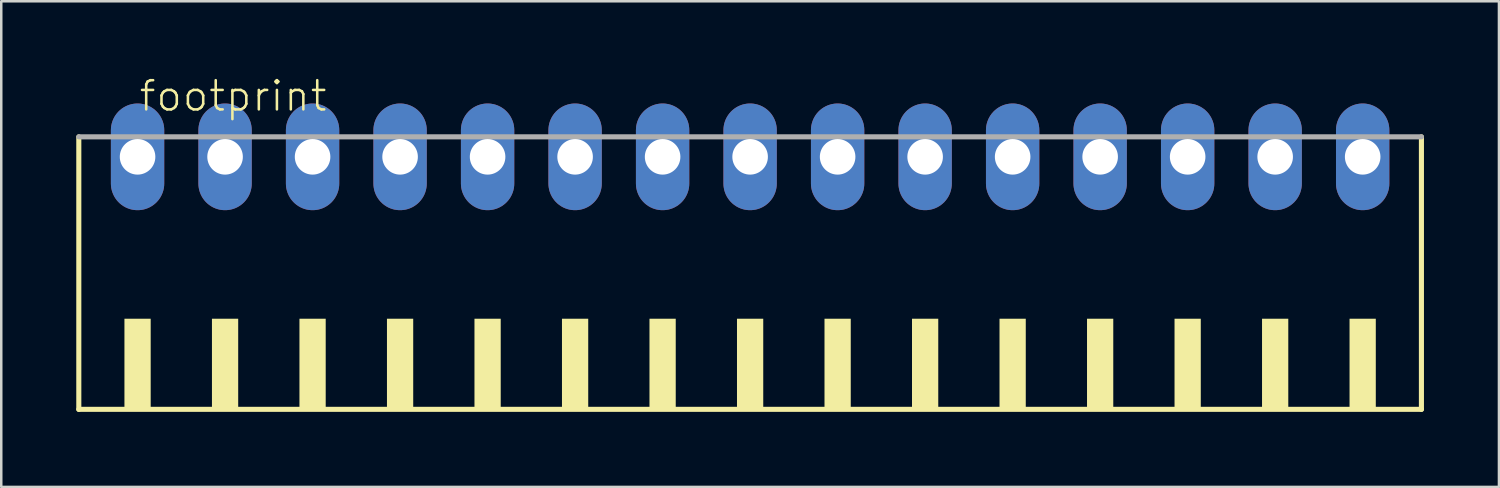
<source format=kicad_pcb>
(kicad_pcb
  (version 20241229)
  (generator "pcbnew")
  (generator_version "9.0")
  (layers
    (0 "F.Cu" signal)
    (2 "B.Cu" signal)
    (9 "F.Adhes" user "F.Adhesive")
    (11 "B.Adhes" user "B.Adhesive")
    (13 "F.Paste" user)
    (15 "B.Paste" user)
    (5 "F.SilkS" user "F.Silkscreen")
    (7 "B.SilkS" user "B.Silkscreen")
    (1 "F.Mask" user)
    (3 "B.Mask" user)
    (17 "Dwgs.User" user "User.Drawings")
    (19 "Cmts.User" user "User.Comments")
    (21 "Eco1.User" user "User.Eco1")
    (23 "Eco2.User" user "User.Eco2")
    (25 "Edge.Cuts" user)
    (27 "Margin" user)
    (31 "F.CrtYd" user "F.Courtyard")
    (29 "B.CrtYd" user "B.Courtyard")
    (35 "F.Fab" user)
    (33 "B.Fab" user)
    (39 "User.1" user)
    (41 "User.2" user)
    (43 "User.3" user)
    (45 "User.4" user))
  (footprint "footprint"
    (layer "F.Cu")
    (at 26.952 8.473)
    (property "Reference" "footprint" (at -24.5 -7 0) (layer "F.SilkS") (effects (font (size 1.168 1.168) (thickness 0.102)) (justify left bottom)))
    (fp_line (start -26.85 -6.05) (end -26.85 4.85) (stroke (width 0.203) (type solid)) (layer "F.SilkS"))
    (fp_line (start -26.85 4.85) (end 26.85 4.85) (stroke (width 0.203) (type solid)) (layer "F.SilkS"))
    (fp_line (start 26.85 4.85) (end 26.85 -6.05) (stroke (width 0.203) (type solid)) (layer "F.SilkS"))
    (fp_poly (pts (xy -25.025 4.9) (xy -23.975 4.9) (xy -23.975 1.225) (xy -25.025 1.225)) (stroke (width 0) (type solid)) (fill yes) (layer "F.SilkS"))
    (fp_poly (pts (xy -21.525 4.9) (xy -20.475 4.9) (xy -20.475 1.225) (xy -21.525 1.225)) (stroke (width 0) (type solid)) (fill yes) (layer "F.SilkS"))
    (fp_poly (pts (xy -18.025 4.9) (xy -16.975 4.9) (xy -16.975 1.225) (xy -18.025 1.225)) (stroke (width 0) (type solid)) (fill yes) (layer "F.SilkS"))
    (fp_poly (pts (xy -14.525 4.9) (xy -13.475 4.9) (xy -13.475 1.225) (xy -14.525 1.225)) (stroke (width 0) (type solid)) (fill yes) (layer "F.SilkS"))
    (fp_poly (pts (xy -11.025 4.9) (xy -9.975 4.9) (xy -9.975 1.225) (xy -11.025 1.225)) (stroke (width 0) (type solid)) (fill yes) (layer "F.SilkS"))
    (fp_poly (pts (xy -7.525 4.9) (xy -6.475 4.9) (xy -6.475 1.225) (xy -7.525 1.225)) (stroke (width 0) (type solid)) (fill yes) (layer "F.SilkS"))
    (fp_poly (pts (xy -4.025 4.9) (xy -2.975 4.9) (xy -2.975 1.225) (xy -4.025 1.225)) (stroke (width 0) (type solid)) (fill yes) (layer "F.SilkS"))
    (fp_poly (pts (xy -0.525 4.9) (xy 0.525 4.9) (xy 0.525 1.225) (xy -0.525 1.225)) (stroke (width 0) (type solid)) (fill yes) (layer "F.SilkS"))
    (fp_poly (pts (xy 2.975 4.9) (xy 4.025 4.9) (xy 4.025 1.225) (xy 2.975 1.225)) (stroke (width 0) (type solid)) (fill yes) (layer "F.SilkS"))
    (fp_poly (pts (xy 6.475 4.9) (xy 7.525 4.9) (xy 7.525 1.225) (xy 6.475 1.225)) (stroke (width 0) (type solid)) (fill yes) (layer "F.SilkS"))
    (fp_poly (pts (xy 9.975 4.9) (xy 11.025 4.9) (xy 11.025 1.225) (xy 9.975 1.225)) (stroke (width 0) (type solid)) (fill yes) (layer "F.SilkS"))
    (fp_poly (pts (xy 13.475 4.9) (xy 14.525 4.9) (xy 14.525 1.225) (xy 13.475 1.225)) (stroke (width 0) (type solid)) (fill yes) (layer "F.SilkS"))
    (fp_poly (pts (xy 16.975 4.9) (xy 18.025 4.9) (xy 18.025 1.225) (xy 16.975 1.225)) (stroke (width 0) (type solid)) (fill yes) (layer "F.SilkS"))
    (fp_poly (pts (xy 20.475 4.9) (xy 21.525 4.9) (xy 21.525 1.225) (xy 20.475 1.225)) (stroke (width 0) (type solid)) (fill yes) (layer "F.SilkS"))
    (fp_poly (pts (xy 23.975 4.9) (xy 25.025 4.9) (xy 25.025 1.225) (xy 23.975 1.225)) (stroke (width 0) (type solid)) (fill yes) (layer "F.SilkS"))
    (fp_line (start 26.85 -6.05) (end -26.85 -6.05) (stroke (width 0.203) (type solid)) (layer "F.Fab"))
    (pad "1" thru_hole oval (at -24.5 -5.25 90) (size 4.267 2.134) (drill 1.422) (layers "*.Cu" "*.Mask"))
    (pad "2" thru_hole oval (at -21 -5.25 90) (size 4.267 2.134) (drill 1.422) (layers "*.Cu" "*.Mask"))
    (pad "3" thru_hole oval (at -17.5 -5.25 90) (size 4.267 2.134) (drill 1.422) (layers "*.Cu" "*.Mask"))
    (pad "4" thru_hole oval (at -14 -5.25 90) (size 4.267 2.134) (drill 1.422) (layers "*.Cu" "*.Mask"))
    (pad "5" thru_hole oval (at -10.5 -5.25 90) (size 4.267 2.134) (drill 1.422) (layers "*.Cu" "*.Mask"))
    (pad "6" thru_hole oval (at -7 -5.25 90) (size 4.267 2.134) (drill 1.422) (layers "*.Cu" "*.Mask"))
    (pad "7" thru_hole oval (at -3.5 -5.25 90) (size 4.267 2.134) (drill 1.422) (layers "*.Cu" "*.Mask"))
    (pad "8" thru_hole oval (at 0 -5.25 90) (size 4.267 2.134) (drill 1.422) (layers "*.Cu" "*.Mask"))
    (pad "9" thru_hole oval (at 3.5 -5.25 90) (size 4.267 2.134) (drill 1.422) (layers "*.Cu" "*.Mask"))
    (pad "10" thru_hole oval (at 7 -5.25 90) (size 4.267 2.134) (drill 1.422) (layers "*.Cu" "*.Mask"))
    (pad "11" thru_hole oval (at 10.5 -5.25 90) (size 4.267 2.134) (drill 1.422) (layers "*.Cu" "*.Mask"))
    (pad "12" thru_hole oval (at 14 -5.25 90) (size 4.267 2.134) (drill 1.422) (layers "*.Cu" "*.Mask"))
    (pad "13" thru_hole oval (at 17.5 -5.25 90) (size 4.267 2.134) (drill 1.422) (layers "*.Cu" "*.Mask"))
    (pad "14" thru_hole oval (at 21 -5.25 90) (size 4.267 2.134) (drill 1.422) (layers "*.Cu" "*.Mask"))
    (pad "15" thru_hole oval (at 24.5 -5.25 90) (size 4.267 2.134) (drill 1.422) (layers "*.Cu" "*.Mask")))
  (gr_rect
    (start -3 -3)
    (end 56.903 16.425)
    (stroke (width 0.1) (type default))
    (fill no)
    (layer "Edge.Cuts")))
</source>
